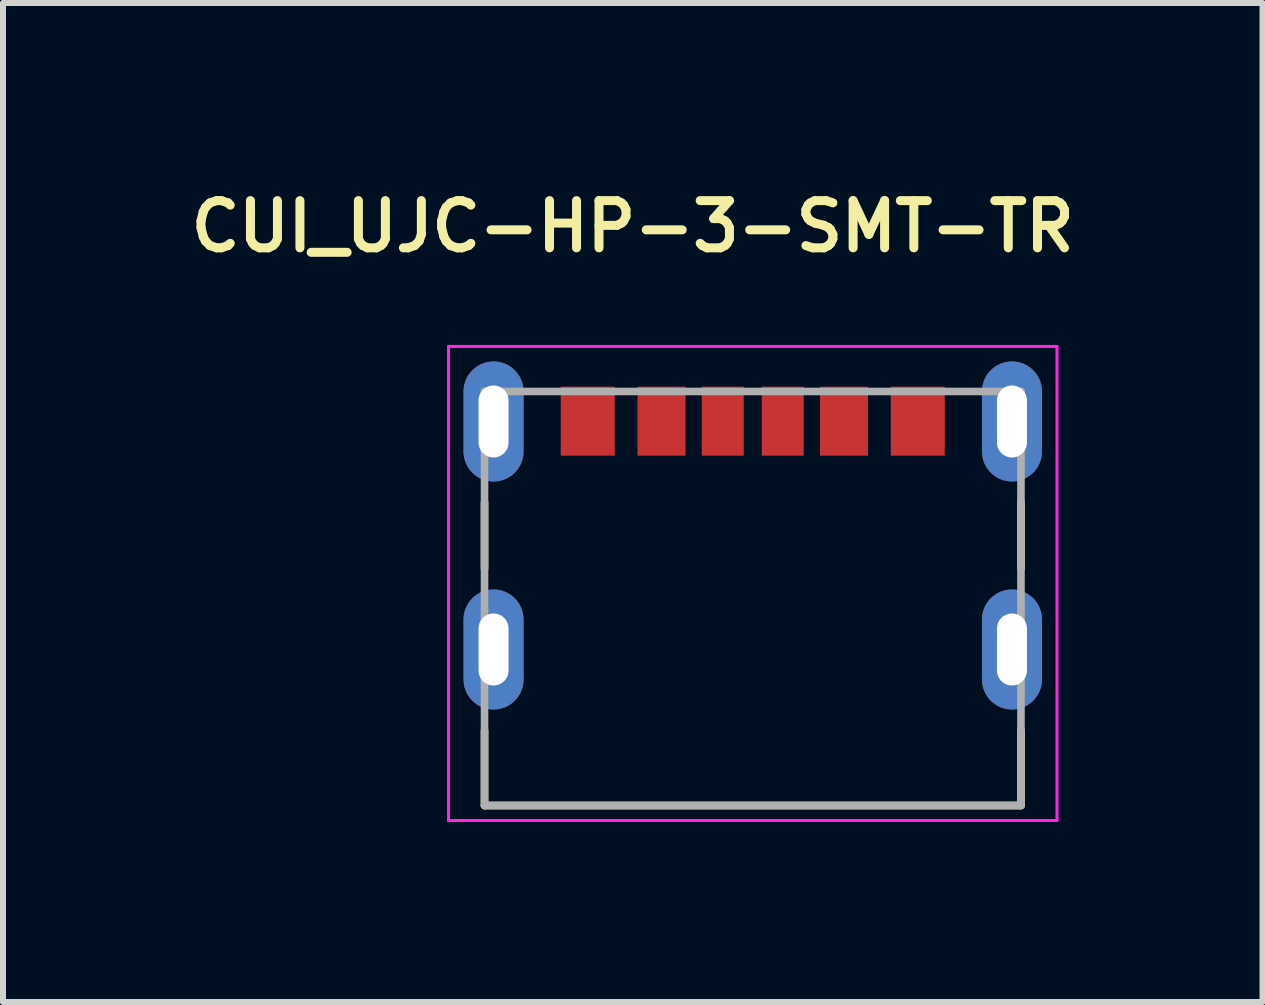
<source format=kicad_pcb>
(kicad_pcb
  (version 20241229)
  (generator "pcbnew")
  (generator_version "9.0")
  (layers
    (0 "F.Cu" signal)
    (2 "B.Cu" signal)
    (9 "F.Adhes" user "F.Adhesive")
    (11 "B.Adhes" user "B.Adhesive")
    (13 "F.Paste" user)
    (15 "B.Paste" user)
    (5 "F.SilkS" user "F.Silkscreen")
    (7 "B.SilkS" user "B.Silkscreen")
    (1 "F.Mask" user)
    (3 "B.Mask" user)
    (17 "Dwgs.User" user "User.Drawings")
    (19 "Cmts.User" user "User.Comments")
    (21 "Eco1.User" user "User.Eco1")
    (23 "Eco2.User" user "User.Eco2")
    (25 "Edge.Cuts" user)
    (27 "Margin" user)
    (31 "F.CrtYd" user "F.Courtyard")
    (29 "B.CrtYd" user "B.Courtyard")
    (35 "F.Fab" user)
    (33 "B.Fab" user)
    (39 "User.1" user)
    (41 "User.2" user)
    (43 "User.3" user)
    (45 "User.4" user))
  (footprint "CUI_UJC-HP-3-SMT-TR"
    (layer "F.Cu")
    (at 9.495 3.974)
    (property "Reference" "CUI_UJC-HP-3-SMT-TR" (at -2 -3.25 0) (layer "F.SilkS") (effects (font (size 0.787 0.787) (thickness 0.15))))
    (attr through_hole)
    (fp_line (start -4.47 2.45) (end -4.47 1.35) (stroke (width 0.127) (type solid)) (layer "F.SilkS"))
    (fp_line (start -4.47 6.4) (end -4.47 5.15) (stroke (width 0.127) (type solid)) (layer "F.SilkS"))
    (fp_line (start -4.47 6.4) (end 4.47 6.4) (stroke (width 0.127) (type solid)) (layer "F.SilkS"))
    (fp_line (start 4.47 2.45) (end 4.47 1.35) (stroke (width 0.127) (type solid)) (layer "F.SilkS"))
    (fp_line (start 4.47 6.4) (end 4.47 5.15) (stroke (width 0.127) (type solid)) (layer "F.SilkS"))
    (fp_line (start -5.07 -1.25) (end -5.07 6.65) (stroke (width 0.05) (type solid)) (layer "F.CrtYd"))
    (fp_line (start -5.07 6.65) (end 5.07 6.65) (stroke (width 0.05) (type solid)) (layer "F.CrtYd"))
    (fp_line (start 5.07 -1.25) (end -5.07 -1.25) (stroke (width 0.05) (type solid)) (layer "F.CrtYd"))
    (fp_line (start 5.07 6.65) (end 5.07 -1.25) (stroke (width 0.05) (type solid)) (layer "F.CrtYd"))
    (fp_line (start -4.47 -0.5) (end -4.47 6.4) (stroke (width 0.127) (type solid)) (layer "F.Fab"))
    (fp_line (start -4.47 6.4) (end 4.47 6.4) (stroke (width 0.127) (type solid)) (layer "F.Fab"))
    (fp_line (start 4.47 -0.5) (end -4.47 -0.5) (stroke (width 0.127) (type solid)) (layer "F.Fab"))
    (fp_line (start 4.47 6.4) (end 4.47 -0.5) (stroke (width 0.127) (type solid)) (layer "F.Fab"))
    (pad "A5" smd rect (at -0.5 -0.005 90) (size 1.15 0.7) (layers "F.Cu" "F.Mask" "F.Paste"))
    (pad "A9" smd rect (at 1.52 -0.005 90) (size 1.15 0.8) (layers "F.Cu" "F.Mask" "F.Paste"))
    (pad "A12" smd rect (at 2.75 -0.005 90) (size 1.15 0.9) (layers "F.Cu" "F.Mask" "F.Paste"))
    (pad "B5" smd rect (at 0.5 -0.005 90) (size 1.15 0.7) (layers "F.Cu" "F.Mask" "F.Paste"))
    (pad "B9" smd rect (at -1.52 -0.005 90) (size 1.15 0.8) (layers "F.Cu" "F.Mask" "F.Paste"))
    (pad "B12" smd rect (at -2.75 -0.005 90) (size 1.15 0.9) (layers "F.Cu" "F.Mask" "F.Paste"))
    (pad "S1" thru_hole oval (at -4.32 0) (size 1 2) (drill oval 0.5 1.2) (layers "*.Cu" "*.Mask"))
    (pad "S2" thru_hole oval (at 4.32 0) (size 1 2) (drill oval 0.5 1.2) (layers "*.Cu" "*.Mask"))
    (pad "S3" thru_hole oval (at -4.32 3.8) (size 1 2) (drill oval 0.5 1.2) (layers "*.Cu" "*.Mask"))
    (pad "S4" thru_hole oval (at 4.32 3.8) (size 1 2) (drill oval 0.5 1.2) (layers "*.Cu" "*.Mask")))
  (gr_rect
    (start -3 -3)
    (end 17.991 13.649)
    (stroke (width 0.1) (type default))
    (fill no)
    (layer "Edge.Cuts")))
</source>
